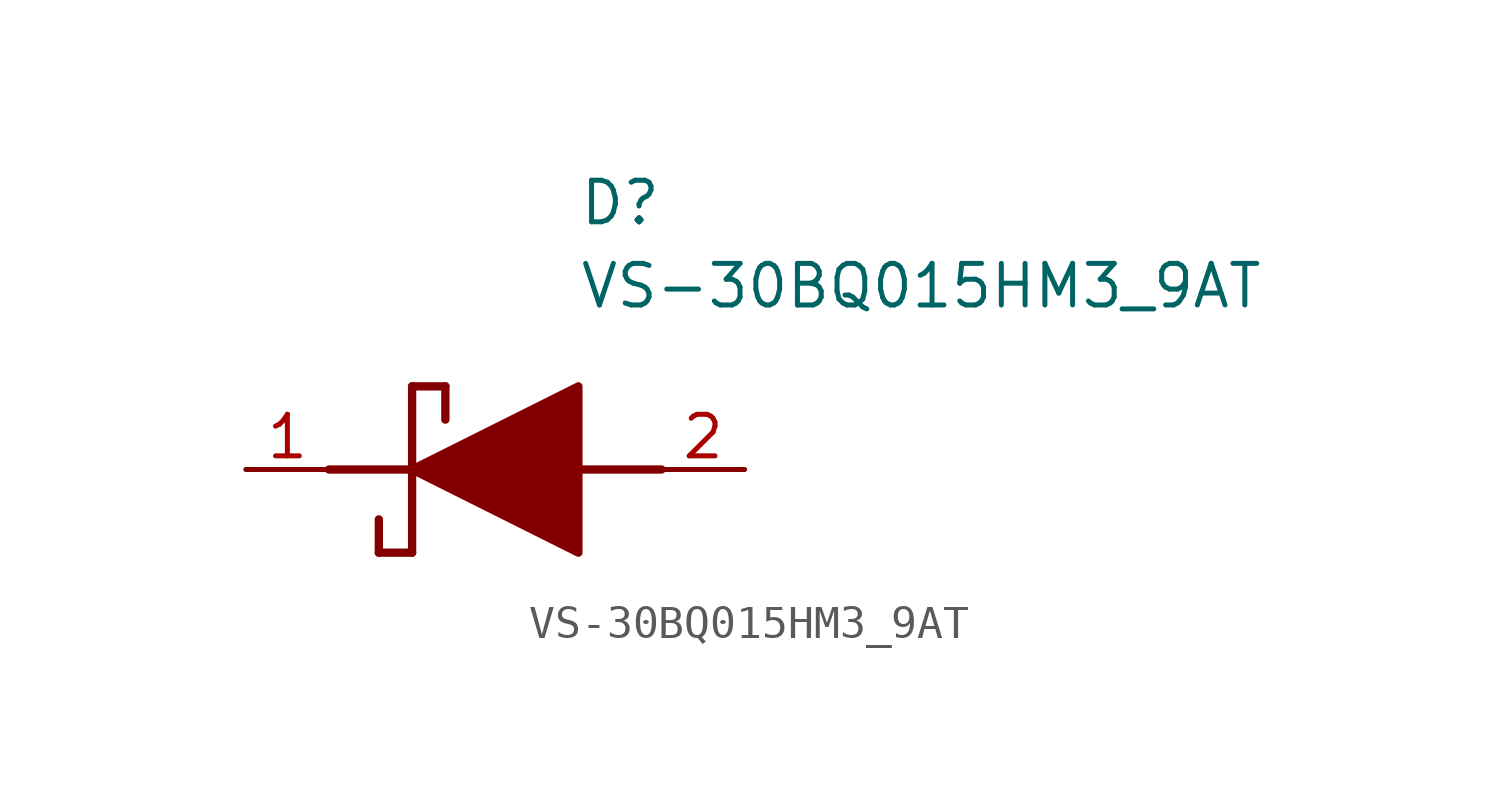
<source format=kicad_sym>
(kicad_symbol_lib
  (version 20220914)
  (generator kicad_symbol_editor)
  (symbol "VS-30BQ015HM3_9AT"
    (pin_names hide)
    (property "Reference" "D"
      (at 12.7 8.89 0)
      (effects (font (size 1.27 1.27)) (justify left top)))
    (property "Value" "VS-30BQ015HM3_9AT"
      (at 12.7 6.35 0)
      (effects (font (size 1.27 1.27)) (justify left top)))
    (symbol "VS-30BQ015HM3_9AT_1_1"
      (polyline (pts (xy 5.08 0) (xy 7.62 0)) (stroke (width 0.254) (type default)) (fill (type none)))
      (polyline (pts (xy 6.604 -1.524) (xy 6.604 -2.54)) (stroke (width 0.254) (type default)) (fill (type none)))
      (polyline (pts (xy 7.62 -2.54) (xy 6.604 -2.54)) (stroke (width 0.254) (type default)) (fill (type none)))
      (polyline (pts (xy 7.62 2.54) (xy 7.62 -2.54)) (stroke (width 0.254) (type default)) (fill (type none)))
      (polyline (pts (xy 7.62 2.54) (xy 8.636 2.54)) (stroke (width 0.254) (type default)) (fill (type none)))
      (polyline (pts (xy 8.636 1.524) (xy 8.636 2.54)) (stroke (width 0.254) (type default)) (fill (type none)))
      (polyline (pts (xy 12.7 0) (xy 15.24 0)) (stroke (width 0.254) (type default)) (fill (type none)))
      (polyline (pts (xy 7.62 0) (xy 12.7 2.54) (xy 12.7 -2.54) (xy 7.62 0)) (stroke (width 0.254) (type default)) (fill (type outline)))
      (pin passive line (at 2.54 0 0) (length 2.54) (name "K" (effects (font (size 1.27 1.27)))) (number "1" (effects (font (size 1.27 1.27)))))
      (pin passive line (at 17.78 0 180) (length 2.54) (name "A" (effects (font (size 1.27 1.27)))) (number "2" (effects (font (size 1.27 1.27))))))))
</source>
